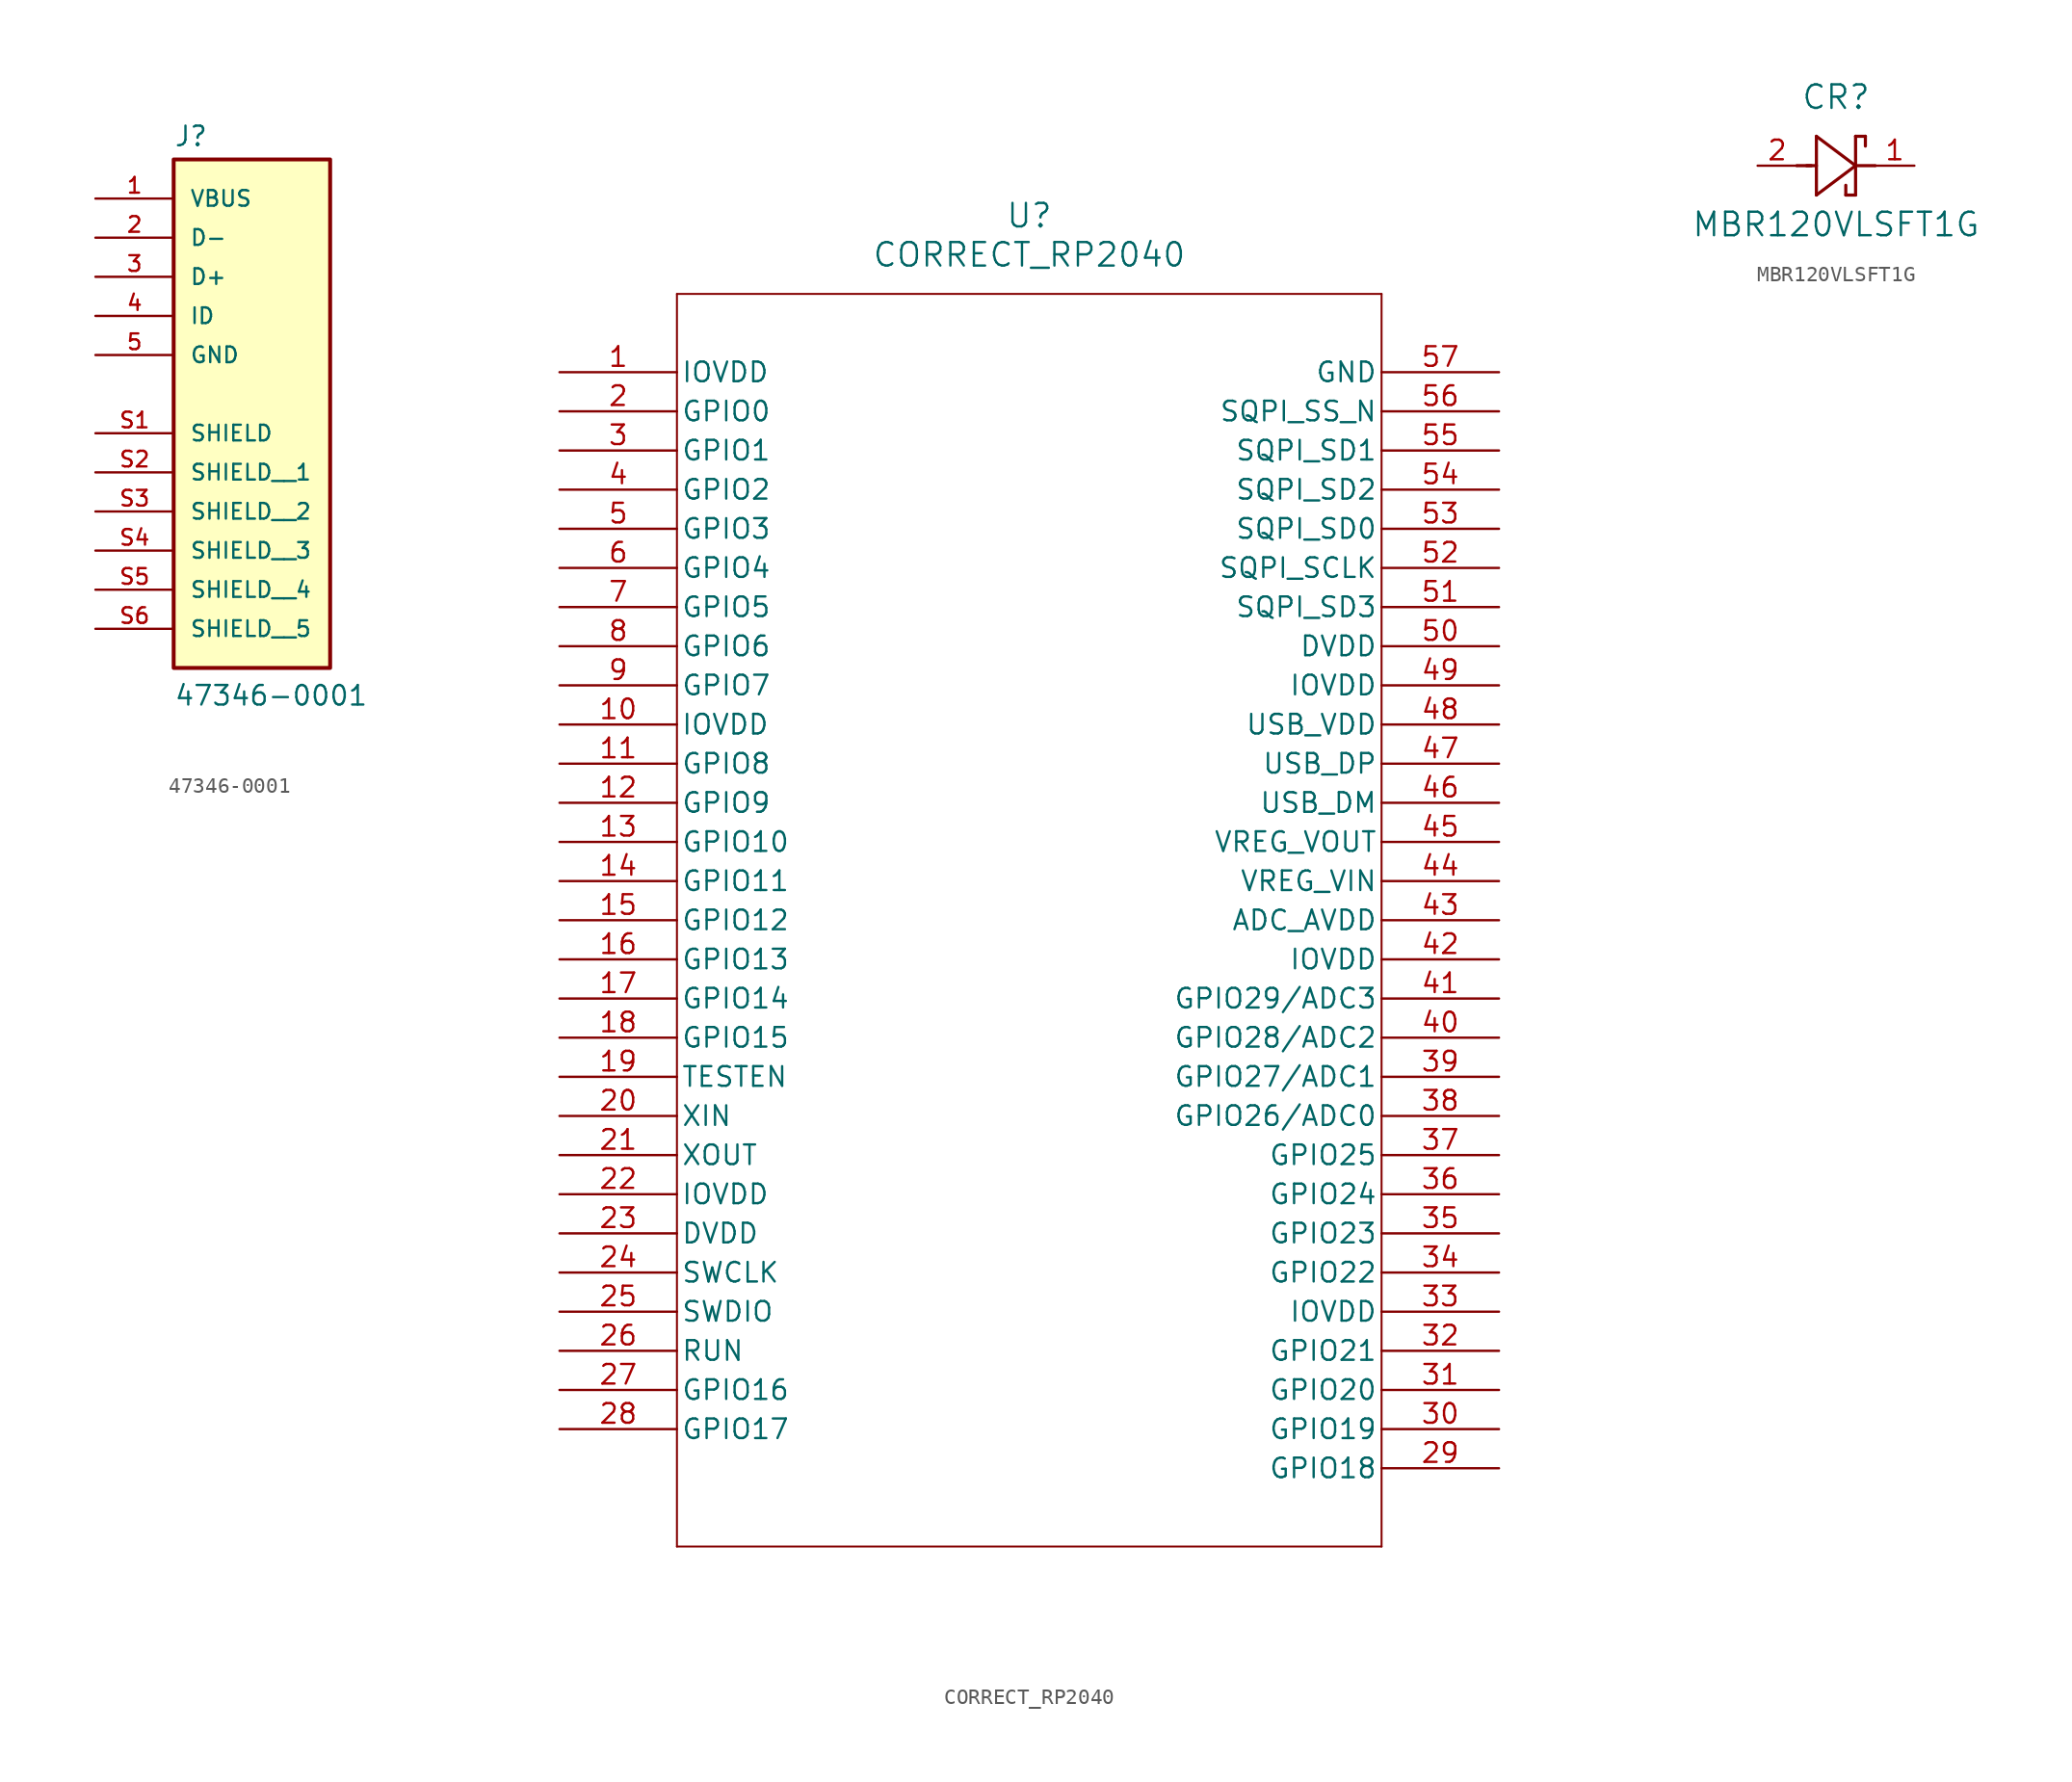
<source format=kicad_sym>
(kicad_symbol_lib
  (version 20231120)
  (generator "kicad_symbol_editor")
  (generator_version "8.0")
  (symbol "47346-0001"
    (pin_names
      (offset 1.016))
    (property "Reference" "J"
      (at -5.08 10.922 0)
      (effects (font (size 1.27 1.27)) (justify left bottom)))
    (property "Value" "47346-0001"
      (at -5.08 -25.4 0)
      (effects (font (size 1.27 1.27)) (justify left bottom)))
    (symbol "47346-0001_0_0"
      (rectangle (start -5.08 -22.86) (end 5.08 10.16) (stroke (width 0.254) (type default)) (fill (type background)))
      (pin power_in line (at -10.16 7.62 0) (length 5.08) (name "VBUS" (effects (font (size 1.016 1.016)))) (number "1" (effects (font (size 1.016 1.016)))))
      (pin bidirectional line (at -10.16 5.08 0) (length 5.08) (name "D-" (effects (font (size 1.016 1.016)))) (number "2" (effects (font (size 1.016 1.016)))))
      (pin bidirectional line (at -10.16 2.54 0) (length 5.08) (name "D+" (effects (font (size 1.016 1.016)))) (number "3" (effects (font (size 1.016 1.016)))))
      (pin bidirectional line (at -10.16 0 0) (length 5.08) (name "ID" (effects (font (size 1.016 1.016)))) (number "4" (effects (font (size 1.016 1.016)))))
      (pin power_in line (at -10.16 -2.54 0) (length 5.08) (name "GND" (effects (font (size 1.016 1.016)))) (number "5" (effects (font (size 1.016 1.016)))))
      (pin passive line (at -10.16 -7.62 0) (length 5.08) (name "SHIELD" (effects (font (size 1.016 1.016)))) (number "S1" (effects (font (size 1.016 1.016)))))
      (pin passive line (at -10.16 -10.16 0) (length 5.08) (name "SHIELD__1" (effects (font (size 1.016 1.016)))) (number "S2" (effects (font (size 1.016 1.016)))))
      (pin passive line (at -10.16 -12.7 0) (length 5.08) (name "SHIELD__2" (effects (font (size 1.016 1.016)))) (number "S3" (effects (font (size 1.016 1.016)))))
      (pin passive line (at -10.16 -15.24 0) (length 5.08) (name "SHIELD__3" (effects (font (size 1.016 1.016)))) (number "S4" (effects (font (size 1.016 1.016)))))
      (pin passive line (at -10.16 -17.78 0) (length 5.08) (name "SHIELD__4" (effects (font (size 1.016 1.016)))) (number "S5" (effects (font (size 1.016 1.016)))))
      (pin passive line (at -10.16 -20.32 0) (length 5.08) (name "SHIELD__5" (effects (font (size 1.016 1.016)))) (number "S6" (effects (font (size 1.016 1.016)))))))
  (symbol "CORRECT_RP2040"
    (pin_names
      (offset 0.254))
    (property "Reference" "U"
      (at 30.48 10.16 0)
      (effects (font (size 1.524 1.524))))
    (property "Value" "CORRECT_RP2040"
      (at 30.48 7.62 0)
      (effects (font (size 1.524 1.524))))
    (property "ki_locked" ""
      (at 0 0 0)
      (effects (font (size 1.27 1.27))))
    (symbol "CORRECT_RP2040_0_1"
      (polyline (pts (xy 7.62 -76.2) (xy 53.34 -76.2)) (stroke (width 0.127) (type default)) (fill (type none)))
      (polyline (pts (xy 7.62 5.08) (xy 7.62 -76.2)) (stroke (width 0.127) (type default)) (fill (type none)))
      (polyline (pts (xy 53.34 -76.2) (xy 53.34 5.08)) (stroke (width 0.127) (type default)) (fill (type none)))
      (polyline (pts (xy 53.34 5.08) (xy 7.62 5.08)) (stroke (width 0.127) (type default)) (fill (type none)))
      (pin power_in line (at 0 0 0) (length 7.62) (name "IOVDD" (effects (font (size 1.27 1.27)))) (number "1" (effects (font (size 1.27 1.27)))))
      (pin power_in line (at 0 -22.86 0) (length 7.62) (name "IOVDD" (effects (font (size 1.27 1.27)))) (number "10" (effects (font (size 1.27 1.27)))))
      (pin bidirectional line (at 0 -25.4 0) (length 7.62) (name "GPIO8" (effects (font (size 1.27 1.27)))) (number "11" (effects (font (size 1.27 1.27)))))
      (pin bidirectional line (at 0 -27.94 0) (length 7.62) (name "GPIO9" (effects (font (size 1.27 1.27)))) (number "12" (effects (font (size 1.27 1.27)))))
      (pin bidirectional line (at 0 -30.48 0) (length 7.62) (name "GPIO10" (effects (font (size 1.27 1.27)))) (number "13" (effects (font (size 1.27 1.27)))))
      (pin bidirectional line (at 0 -33.02 0) (length 7.62) (name "GPIO11" (effects (font (size 1.27 1.27)))) (number "14" (effects (font (size 1.27 1.27)))))
      (pin bidirectional line (at 0 -35.56 0) (length 7.62) (name "GPIO12" (effects (font (size 1.27 1.27)))) (number "15" (effects (font (size 1.27 1.27)))))
      (pin bidirectional line (at 0 -38.1 0) (length 7.62) (name "GPIO13" (effects (font (size 1.27 1.27)))) (number "16" (effects (font (size 1.27 1.27)))))
      (pin bidirectional line (at 0 -40.64 0) (length 7.62) (name "GPIO14" (effects (font (size 1.27 1.27)))) (number "17" (effects (font (size 1.27 1.27)))))
      (pin bidirectional line (at 0 -43.18 0) (length 7.62) (name "GPIO15" (effects (font (size 1.27 1.27)))) (number "18" (effects (font (size 1.27 1.27)))))
      (pin input line (at 0 -45.72 0) (length 7.62) (name "TESTEN" (effects (font (size 1.27 1.27)))) (number "19" (effects (font (size 1.27 1.27)))))
      (pin bidirectional line (at 0 -2.54 0) (length 7.62) (name "GPIO0" (effects (font (size 1.27 1.27)))) (number "2" (effects (font (size 1.27 1.27)))))
      (pin input line (at 0 -48.26 0) (length 7.62) (name "XIN" (effects (font (size 1.27 1.27)))) (number "20" (effects (font (size 1.27 1.27)))))
      (pin output line (at 0 -50.8 0) (length 7.62) (name "XOUT" (effects (font (size 1.27 1.27)))) (number "21" (effects (font (size 1.27 1.27)))))
      (pin power_in line (at 0 -53.34 0) (length 7.62) (name "IOVDD" (effects (font (size 1.27 1.27)))) (number "22" (effects (font (size 1.27 1.27)))))
      (pin power_in line (at 0 -55.88 0) (length 7.62) (name "DVDD" (effects (font (size 1.27 1.27)))) (number "23" (effects (font (size 1.27 1.27)))))
      (pin input line (at 0 -58.42 0) (length 7.62) (name "SWCLK" (effects (font (size 1.27 1.27)))) (number "24" (effects (font (size 1.27 1.27)))))
      (pin bidirectional line (at 0 -60.96 0) (length 7.62) (name "SWDIO" (effects (font (size 1.27 1.27)))) (number "25" (effects (font (size 1.27 1.27)))))
      (pin input line (at 0 -63.5 0) (length 7.62) (name "RUN" (effects (font (size 1.27 1.27)))) (number "26" (effects (font (size 1.27 1.27)))))
      (pin bidirectional line (at 0 -66.04 0) (length 7.62) (name "GPIO16" (effects (font (size 1.27 1.27)))) (number "27" (effects (font (size 1.27 1.27)))))
      (pin bidirectional line (at 0 -68.58 0) (length 7.62) (name "GPIO17" (effects (font (size 1.27 1.27)))) (number "28" (effects (font (size 1.27 1.27)))))
      (pin bidirectional line (at 60.96 -71.12 180) (length 7.62) (name "GPIO18" (effects (font (size 1.27 1.27)))) (number "29" (effects (font (size 1.27 1.27)))))
      (pin bidirectional line (at 0 -5.08 0) (length 7.62) (name "GPIO1" (effects (font (size 1.27 1.27)))) (number "3" (effects (font (size 1.27 1.27)))))
      (pin bidirectional line (at 60.96 -68.58 180) (length 7.62) (name "GPIO19" (effects (font (size 1.27 1.27)))) (number "30" (effects (font (size 1.27 1.27)))))
      (pin bidirectional line (at 60.96 -66.04 180) (length 7.62) (name "GPIO20" (effects (font (size 1.27 1.27)))) (number "31" (effects (font (size 1.27 1.27)))))
      (pin bidirectional line (at 60.96 -63.5 180) (length 7.62) (name "GPIO21" (effects (font (size 1.27 1.27)))) (number "32" (effects (font (size 1.27 1.27)))))
      (pin power_in line (at 60.96 -60.96 180) (length 7.62) (name "IOVDD" (effects (font (size 1.27 1.27)))) (number "33" (effects (font (size 1.27 1.27)))))
      (pin bidirectional line (at 60.96 -58.42 180) (length 7.62) (name "GPIO22" (effects (font (size 1.27 1.27)))) (number "34" (effects (font (size 1.27 1.27)))))
      (pin bidirectional line (at 60.96 -55.88 180) (length 7.62) (name "GPIO23" (effects (font (size 1.27 1.27)))) (number "35" (effects (font (size 1.27 1.27)))))
      (pin bidirectional line (at 60.96 -53.34 180) (length 7.62) (name "GPIO24" (effects (font (size 1.27 1.27)))) (number "36" (effects (font (size 1.27 1.27)))))
      (pin bidirectional line (at 60.96 -50.8 180) (length 7.62) (name "GPIO25" (effects (font (size 1.27 1.27)))) (number "37" (effects (font (size 1.27 1.27)))))
      (pin bidirectional line (at 60.96 -48.26 180) (length 7.62) (name "GPIO26/ADC0" (effects (font (size 1.27 1.27)))) (number "38" (effects (font (size 1.27 1.27)))))
      (pin bidirectional line (at 60.96 -45.72 180) (length 7.62) (name "GPIO27/ADC1" (effects (font (size 1.27 1.27)))) (number "39" (effects (font (size 1.27 1.27)))))
      (pin bidirectional line (at 0 -7.62 0) (length 7.62) (name "GPIO2" (effects (font (size 1.27 1.27)))) (number "4" (effects (font (size 1.27 1.27)))))
      (pin bidirectional line (at 60.96 -43.18 180) (length 7.62) (name "GPIO28/ADC2" (effects (font (size 1.27 1.27)))) (number "40" (effects (font (size 1.27 1.27)))))
      (pin bidirectional line (at 60.96 -40.64 180) (length 7.62) (name "GPIO29/ADC3" (effects (font (size 1.27 1.27)))) (number "41" (effects (font (size 1.27 1.27)))))
      (pin power_in line (at 60.96 -38.1 180) (length 7.62) (name "IOVDD" (effects (font (size 1.27 1.27)))) (number "42" (effects (font (size 1.27 1.27)))))
      (pin power_in line (at 60.96 -35.56 180) (length 7.62) (name "ADC_AVDD" (effects (font (size 1.27 1.27)))) (number "43" (effects (font (size 1.27 1.27)))))
      (pin power_in line (at 60.96 -33.02 180) (length 7.62) (name "VREG_VIN" (effects (font (size 1.27 1.27)))) (number "44" (effects (font (size 1.27 1.27)))))
      (pin power_in line (at 60.96 -30.48 180) (length 7.62) (name "VREG_VOUT" (effects (font (size 1.27 1.27)))) (number "45" (effects (font (size 1.27 1.27)))))
      (pin bidirectional line (at 60.96 -27.94 180) (length 7.62) (name "USB_DM" (effects (font (size 1.27 1.27)))) (number "46" (effects (font (size 1.27 1.27)))))
      (pin bidirectional line (at 60.96 -25.4 180) (length 7.62) (name "USB_DP" (effects (font (size 1.27 1.27)))) (number "47" (effects (font (size 1.27 1.27)))))
      (pin power_in line (at 60.96 -22.86 180) (length 7.62) (name "USB_VDD" (effects (font (size 1.27 1.27)))) (number "48" (effects (font (size 1.27 1.27)))))
      (pin power_in line (at 60.96 -20.32 180) (length 7.62) (name "IOVDD" (effects (font (size 1.27 1.27)))) (number "49" (effects (font (size 1.27 1.27)))))
      (pin bidirectional line (at 0 -10.16 0) (length 7.62) (name "GPIO3" (effects (font (size 1.27 1.27)))) (number "5" (effects (font (size 1.27 1.27)))))
      (pin power_in line (at 60.96 -17.78 180) (length 7.62) (name "DVDD" (effects (font (size 1.27 1.27)))) (number "50" (effects (font (size 1.27 1.27)))))
      (pin bidirectional line (at 60.96 -15.24 180) (length 7.62) (name "SQPI_SD3" (effects (font (size 1.27 1.27)))) (number "51" (effects (font (size 1.27 1.27)))))
      (pin bidirectional line (at 60.96 -12.7 180) (length 7.62) (name "SQPI_SCLK" (effects (font (size 1.27 1.27)))) (number "52" (effects (font (size 1.27 1.27)))))
      (pin bidirectional line (at 60.96 -10.16 180) (length 7.62) (name "SQPI_SD0" (effects (font (size 1.27 1.27)))) (number "53" (effects (font (size 1.27 1.27)))))
      (pin bidirectional line (at 60.96 -7.62 180) (length 7.62) (name "SQPI_SD2" (effects (font (size 1.27 1.27)))) (number "54" (effects (font (size 1.27 1.27)))))
      (pin bidirectional line (at 60.96 -5.08 180) (length 7.62) (name "SQPI_SD1" (effects (font (size 1.27 1.27)))) (number "55" (effects (font (size 1.27 1.27)))))
      (pin bidirectional line (at 60.96 -2.54 180) (length 7.62) (name "SQPI_SS_N" (effects (font (size 1.27 1.27)))) (number "56" (effects (font (size 1.27 1.27)))))
      (pin power_out line (at 60.96 0 180) (length 7.62) (name "GND" (effects (font (size 1.27 1.27)))) (number "57" (effects (font (size 1.27 1.27)))))
      (pin bidirectional line (at 0 -12.7 0) (length 7.62) (name "GPIO4" (effects (font (size 1.27 1.27)))) (number "6" (effects (font (size 1.27 1.27)))))
      (pin bidirectional line (at 0 -15.24 0) (length 7.62) (name "GPIO5" (effects (font (size 1.27 1.27)))) (number "7" (effects (font (size 1.27 1.27)))))
      (pin bidirectional line (at 0 -17.78 0) (length 7.62) (name "GPIO6" (effects (font (size 1.27 1.27)))) (number "8" (effects (font (size 1.27 1.27)))))
      (pin bidirectional line (at 0 -20.32 0) (length 7.62) (name "GPIO7" (effects (font (size 1.27 1.27)))) (number "9" (effects (font (size 1.27 1.27)))))))
  (symbol "MBR120VLSFT1G"
    (pin_names
      (offset 0.254))
    (property "Reference" "CR"
      (at 5.08 4.445 0)
      (effects (font (size 1.524 1.524))))
    (property "Value" "MBR120VLSFT1G"
      (at 5.08 -3.81 0)
      (effects (font (size 1.524 1.524))))
    (property "ki_locked" ""
      (at 0 0 0)
      (effects (font (size 1.27 1.27))))
    (symbol "MBR120VLSFT1G_0_1"
      (polyline (pts (xy 2.54 0) (xy 3.48 0)) (stroke (width 0.203) (type default)) (fill (type none)))
      (polyline (pts (xy 3.175 0) (xy 3.81 0)) (stroke (width 0.203) (type default)) (fill (type none)))
      (polyline (pts (xy 3.81 -1.905) (xy 6.35 0)) (stroke (width 0.203) (type default)) (fill (type none)))
      (polyline (pts (xy 3.81 1.905) (xy 3.81 -1.905)) (stroke (width 0.203) (type default)) (fill (type none)))
      (polyline (pts (xy 5.715 -1.905) (xy 5.715 -1.27)) (stroke (width 0.203) (type default)) (fill (type none)))
      (polyline (pts (xy 6.35 -1.905) (xy 5.715 -1.905)) (stroke (width 0.203) (type default)) (fill (type none)))
      (polyline (pts (xy 6.35 -1.905) (xy 6.35 1.905)) (stroke (width 0.203) (type default)) (fill (type none)))
      (polyline (pts (xy 6.35 0) (xy 3.81 1.905)) (stroke (width 0.203) (type default)) (fill (type none)))
      (polyline (pts (xy 6.35 0) (xy 7.62 0)) (stroke (width 0.203) (type default)) (fill (type none)))
      (polyline (pts (xy 6.35 1.905) (xy 6.985 1.905)) (stroke (width 0.203) (type default)) (fill (type none)))
      (polyline (pts (xy 6.985 1.905) (xy 6.985 1.27)) (stroke (width 0.203) (type default)) (fill (type none)))
      (pin unspecified line (at 10.16 0 180) (length 2.54) (name "" (effects (font (size 1.27 1.27)))) (number "1" (effects (font (size 1.27 1.27)))))
      (pin unspecified line (at 0 0 0) (length 2.54) (name "" (effects (font (size 1.27 1.27)))) (number "2" (effects (font (size 1.27 1.27))))))))
</source>
